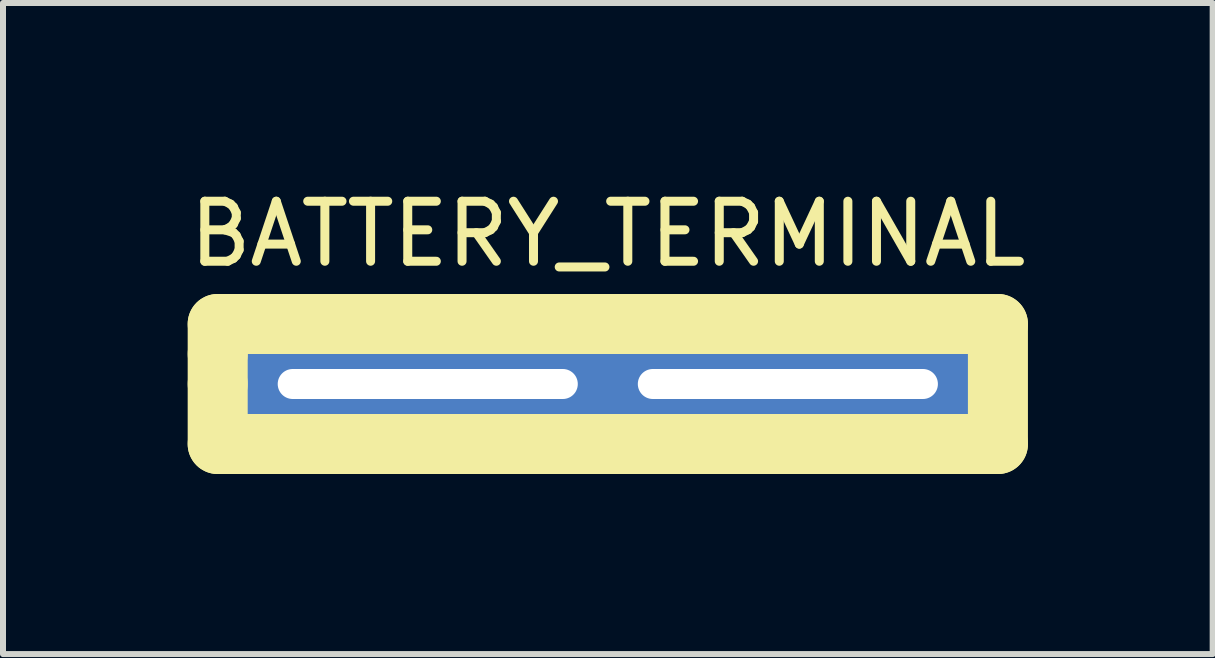
<source format=kicad_pcb>
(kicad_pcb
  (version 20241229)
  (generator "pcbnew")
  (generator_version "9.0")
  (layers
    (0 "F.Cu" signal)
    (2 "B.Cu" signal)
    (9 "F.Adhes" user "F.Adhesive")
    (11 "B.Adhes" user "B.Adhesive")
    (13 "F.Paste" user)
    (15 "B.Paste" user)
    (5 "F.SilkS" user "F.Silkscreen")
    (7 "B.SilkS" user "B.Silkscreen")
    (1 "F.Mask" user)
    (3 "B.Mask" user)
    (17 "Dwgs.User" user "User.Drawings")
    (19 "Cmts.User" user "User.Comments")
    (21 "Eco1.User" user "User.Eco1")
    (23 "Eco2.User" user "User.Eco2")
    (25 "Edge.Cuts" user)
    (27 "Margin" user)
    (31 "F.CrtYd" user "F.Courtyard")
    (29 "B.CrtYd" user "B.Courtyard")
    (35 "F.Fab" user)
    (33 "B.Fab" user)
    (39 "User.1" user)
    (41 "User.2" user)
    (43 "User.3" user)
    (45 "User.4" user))
  (footprint "BATTERY_TERMINAL"
    (layer "F.Cu")
    (at 7.077 3.348)
    (property "Reference" "BATTERY_TERMINAL" (at 0 -2.5 0) (layer "F.SilkS") (effects (font (size 1 1) (thickness 0.15))))
    (attr through_hole)
    (fp_line (start -6.5 -1) (end 6.5 -1) (stroke (width 1) (type solid)) (layer "F.SilkS"))
    (fp_line (start -6.5 -0.5) (end -6.5 -1) (stroke (width 1) (type solid)) (layer "F.SilkS"))
    (fp_line (start -6.5 0) (end -6.5 -0.5) (stroke (width 1) (type solid)) (layer "F.SilkS"))
    (fp_line (start -6.5 1) (end -6.5 0) (stroke (width 1) (type solid)) (layer "F.SilkS"))
    (fp_line (start 6.5 -1) (end 6.5 1) (stroke (width 1) (type solid)) (layer "F.SilkS"))
    (fp_line (start 6.5 1) (end -6.5 1) (stroke (width 1) (type solid)) (layer "F.SilkS"))
    (pad "1" thru_hole rect (at -3 0) (size 7 2) (drill oval 5 0.5) (layers "*.Cu" "*.Mask"))
    (pad "1" thru_hole rect (at 3 0) (size 7 2) (drill oval 5 0.5) (layers "*.Cu" "*.Mask")))
  (gr_rect
    (start -3 -3)
    (end 17.155 7.848)
    (stroke (width 0.1) (type default))
    (fill no)
    (layer "Edge.Cuts")))
</source>
